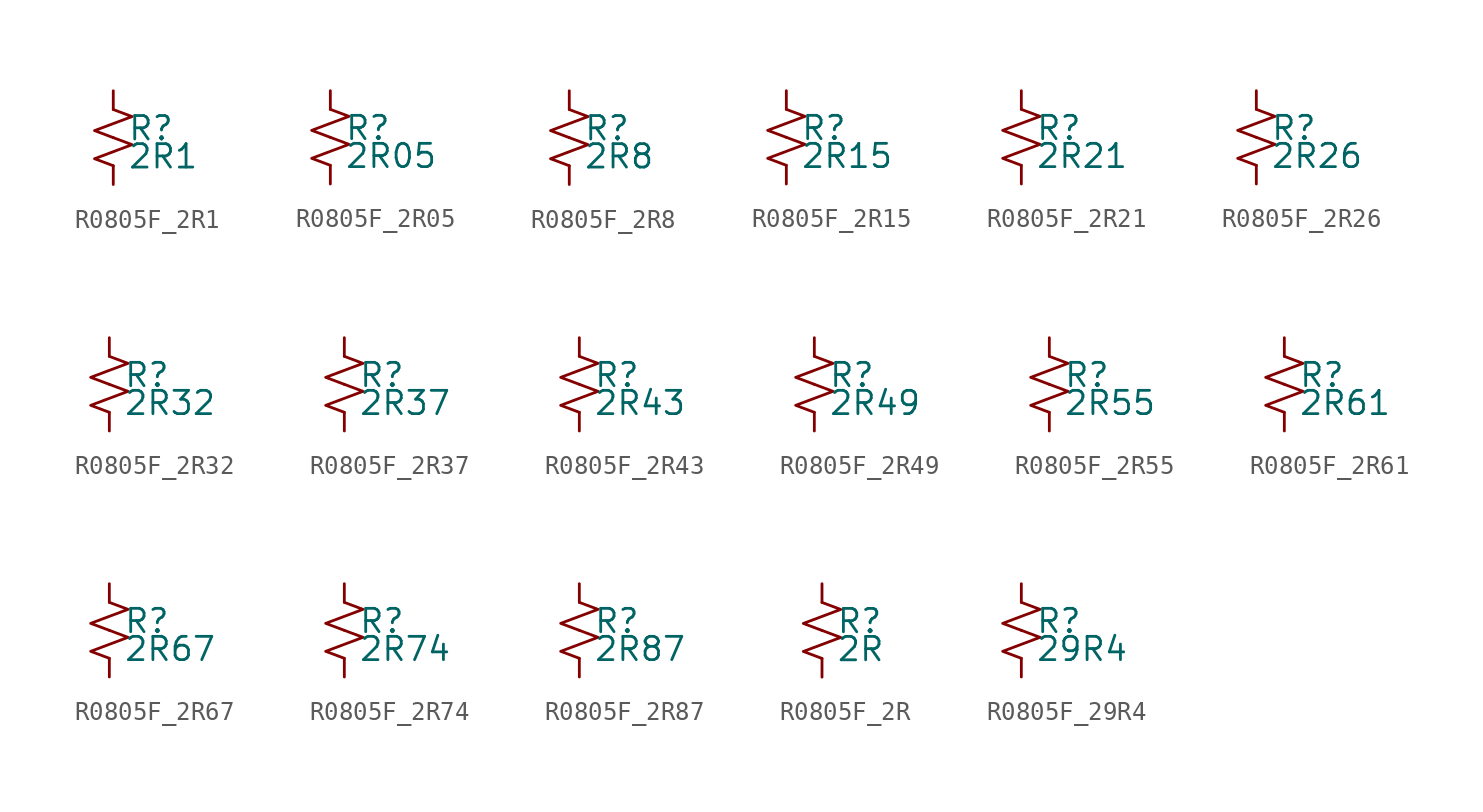
<source format=kicad_sym>
(kicad_symbol_lib
  (version 20220914)
  (generator kicad_symbol_editor)
  (symbol "R0805F_2R1"
    (pin_numbers hide)
    (pin_names
      (offset 0.254) hide)
    (property "Reference" "R"
      (at 0.762 0.508 0)
      (effects (font (size 1.27 1.27)) (justify left)))
    (property "Value" "2R1"
      (at 0.762 -1.016 0)
      (effects (font (size 1.27 1.27)) (justify left)))
    (symbol "R0805F_2R1_1_1"
      (polyline (pts (xy 0 0) (xy 1.016 -0.381) (xy 0 -0.762) (xy -1.016 -1.143) (xy 0 -1.524)) (stroke (width 0) (type default)) (fill (type none)))
      (polyline (pts (xy 0 1.524) (xy 1.016 1.143) (xy 0 0.762) (xy -1.016 0.381) (xy 0 0)) (stroke (width 0) (type default)) (fill (type none)))
      (pin passive line (at 0 2.54 270) (length 1.016) (name "~" (effects (font (size 1.27 1.27)))) (number "1" (effects (font (size 1.27 1.27)))))
      (pin passive line (at 0 -2.54 90) (length 1.016) (name "~" (effects (font (size 1.27 1.27)))) (number "2" (effects (font (size 1.27 1.27)))))))
  (symbol "R0805F_2R05"
    (pin_numbers hide)
    (pin_names
      (offset 0.254) hide)
    (property "Reference" "R"
      (at 0.762 0.508 0)
      (effects (font (size 1.27 1.27)) (justify left)))
    (property "Value" "2R05"
      (at 0.762 -1.016 0)
      (effects (font (size 1.27 1.27)) (justify left)))
    (symbol "R0805F_2R05_1_1"
      (polyline (pts (xy 0 0) (xy 1.016 -0.381) (xy 0 -0.762) (xy -1.016 -1.143) (xy 0 -1.524)) (stroke (width 0) (type default)) (fill (type none)))
      (polyline (pts (xy 0 1.524) (xy 1.016 1.143) (xy 0 0.762) (xy -1.016 0.381) (xy 0 0)) (stroke (width 0) (type default)) (fill (type none)))
      (pin passive line (at 0 2.54 270) (length 1.016) (name "~" (effects (font (size 1.27 1.27)))) (number "1" (effects (font (size 1.27 1.27)))))
      (pin passive line (at 0 -2.54 90) (length 1.016) (name "~" (effects (font (size 1.27 1.27)))) (number "2" (effects (font (size 1.27 1.27)))))))
  (symbol "R0805F_2R8"
    (pin_numbers hide)
    (pin_names
      (offset 0.254) hide)
    (property "Reference" "R"
      (at 0.762 0.508 0)
      (effects (font (size 1.27 1.27)) (justify left)))
    (property "Value" "2R8"
      (at 0.762 -1.016 0)
      (effects (font (size 1.27 1.27)) (justify left)))
    (symbol "R0805F_2R8_1_1"
      (polyline (pts (xy 0 0) (xy 1.016 -0.381) (xy 0 -0.762) (xy -1.016 -1.143) (xy 0 -1.524)) (stroke (width 0) (type default)) (fill (type none)))
      (polyline (pts (xy 0 1.524) (xy 1.016 1.143) (xy 0 0.762) (xy -1.016 0.381) (xy 0 0)) (stroke (width 0) (type default)) (fill (type none)))
      (pin passive line (at 0 2.54 270) (length 1.016) (name "~" (effects (font (size 1.27 1.27)))) (number "1" (effects (font (size 1.27 1.27)))))
      (pin passive line (at 0 -2.54 90) (length 1.016) (name "~" (effects (font (size 1.27 1.27)))) (number "2" (effects (font (size 1.27 1.27)))))))
  (symbol "R0805F_2R15"
    (pin_numbers hide)
    (pin_names
      (offset 0.254) hide)
    (property "Reference" "R"
      (at 0.762 0.508 0)
      (effects (font (size 1.27 1.27)) (justify left)))
    (property "Value" "2R15"
      (at 0.762 -1.016 0)
      (effects (font (size 1.27 1.27)) (justify left)))
    (symbol "R0805F_2R15_1_1"
      (polyline (pts (xy 0 0) (xy 1.016 -0.381) (xy 0 -0.762) (xy -1.016 -1.143) (xy 0 -1.524)) (stroke (width 0) (type default)) (fill (type none)))
      (polyline (pts (xy 0 1.524) (xy 1.016 1.143) (xy 0 0.762) (xy -1.016 0.381) (xy 0 0)) (stroke (width 0) (type default)) (fill (type none)))
      (pin passive line (at 0 2.54 270) (length 1.016) (name "~" (effects (font (size 1.27 1.27)))) (number "1" (effects (font (size 1.27 1.27)))))
      (pin passive line (at 0 -2.54 90) (length 1.016) (name "~" (effects (font (size 1.27 1.27)))) (number "2" (effects (font (size 1.27 1.27)))))))
  (symbol "R0805F_2R21"
    (pin_numbers hide)
    (pin_names
      (offset 0.254) hide)
    (property "Reference" "R"
      (at 0.762 0.508 0)
      (effects (font (size 1.27 1.27)) (justify left)))
    (property "Value" "2R21"
      (at 0.762 -1.016 0)
      (effects (font (size 1.27 1.27)) (justify left)))
    (symbol "R0805F_2R21_1_1"
      (polyline (pts (xy 0 0) (xy 1.016 -0.381) (xy 0 -0.762) (xy -1.016 -1.143) (xy 0 -1.524)) (stroke (width 0) (type default)) (fill (type none)))
      (polyline (pts (xy 0 1.524) (xy 1.016 1.143) (xy 0 0.762) (xy -1.016 0.381) (xy 0 0)) (stroke (width 0) (type default)) (fill (type none)))
      (pin passive line (at 0 2.54 270) (length 1.016) (name "~" (effects (font (size 1.27 1.27)))) (number "1" (effects (font (size 1.27 1.27)))))
      (pin passive line (at 0 -2.54 90) (length 1.016) (name "~" (effects (font (size 1.27 1.27)))) (number "2" (effects (font (size 1.27 1.27)))))))
  (symbol "R0805F_2R26"
    (pin_numbers hide)
    (pin_names
      (offset 0.254) hide)
    (property "Reference" "R"
      (at 0.762 0.508 0)
      (effects (font (size 1.27 1.27)) (justify left)))
    (property "Value" "2R26"
      (at 0.762 -1.016 0)
      (effects (font (size 1.27 1.27)) (justify left)))
    (symbol "R0805F_2R26_1_1"
      (polyline (pts (xy 0 0) (xy 1.016 -0.381) (xy 0 -0.762) (xy -1.016 -1.143) (xy 0 -1.524)) (stroke (width 0) (type default)) (fill (type none)))
      (polyline (pts (xy 0 1.524) (xy 1.016 1.143) (xy 0 0.762) (xy -1.016 0.381) (xy 0 0)) (stroke (width 0) (type default)) (fill (type none)))
      (pin passive line (at 0 2.54 270) (length 1.016) (name "~" (effects (font (size 1.27 1.27)))) (number "1" (effects (font (size 1.27 1.27)))))
      (pin passive line (at 0 -2.54 90) (length 1.016) (name "~" (effects (font (size 1.27 1.27)))) (number "2" (effects (font (size 1.27 1.27)))))))
  (symbol "R0805F_2R32"
    (pin_numbers hide)
    (pin_names
      (offset 0.254) hide)
    (property "Reference" "R"
      (at 0.762 0.508 0)
      (effects (font (size 1.27 1.27)) (justify left)))
    (property "Value" "2R32"
      (at 0.762 -1.016 0)
      (effects (font (size 1.27 1.27)) (justify left)))
    (symbol "R0805F_2R32_1_1"
      (polyline (pts (xy 0 0) (xy 1.016 -0.381) (xy 0 -0.762) (xy -1.016 -1.143) (xy 0 -1.524)) (stroke (width 0) (type default)) (fill (type none)))
      (polyline (pts (xy 0 1.524) (xy 1.016 1.143) (xy 0 0.762) (xy -1.016 0.381) (xy 0 0)) (stroke (width 0) (type default)) (fill (type none)))
      (pin passive line (at 0 2.54 270) (length 1.016) (name "~" (effects (font (size 1.27 1.27)))) (number "1" (effects (font (size 1.27 1.27)))))
      (pin passive line (at 0 -2.54 90) (length 1.016) (name "~" (effects (font (size 1.27 1.27)))) (number "2" (effects (font (size 1.27 1.27)))))))
  (symbol "R0805F_2R37"
    (pin_numbers hide)
    (pin_names
      (offset 0.254) hide)
    (property "Reference" "R"
      (at 0.762 0.508 0)
      (effects (font (size 1.27 1.27)) (justify left)))
    (property "Value" "2R37"
      (at 0.762 -1.016 0)
      (effects (font (size 1.27 1.27)) (justify left)))
    (symbol "R0805F_2R37_1_1"
      (polyline (pts (xy 0 0) (xy 1.016 -0.381) (xy 0 -0.762) (xy -1.016 -1.143) (xy 0 -1.524)) (stroke (width 0) (type default)) (fill (type none)))
      (polyline (pts (xy 0 1.524) (xy 1.016 1.143) (xy 0 0.762) (xy -1.016 0.381) (xy 0 0)) (stroke (width 0) (type default)) (fill (type none)))
      (pin passive line (at 0 2.54 270) (length 1.016) (name "~" (effects (font (size 1.27 1.27)))) (number "1" (effects (font (size 1.27 1.27)))))
      (pin passive line (at 0 -2.54 90) (length 1.016) (name "~" (effects (font (size 1.27 1.27)))) (number "2" (effects (font (size 1.27 1.27)))))))
  (symbol "R0805F_2R43"
    (pin_numbers hide)
    (pin_names
      (offset 0.254) hide)
    (property "Reference" "R"
      (at 0.762 0.508 0)
      (effects (font (size 1.27 1.27)) (justify left)))
    (property "Value" "2R43"
      (at 0.762 -1.016 0)
      (effects (font (size 1.27 1.27)) (justify left)))
    (symbol "R0805F_2R43_1_1"
      (polyline (pts (xy 0 0) (xy 1.016 -0.381) (xy 0 -0.762) (xy -1.016 -1.143) (xy 0 -1.524)) (stroke (width 0) (type default)) (fill (type none)))
      (polyline (pts (xy 0 1.524) (xy 1.016 1.143) (xy 0 0.762) (xy -1.016 0.381) (xy 0 0)) (stroke (width 0) (type default)) (fill (type none)))
      (pin passive line (at 0 2.54 270) (length 1.016) (name "~" (effects (font (size 1.27 1.27)))) (number "1" (effects (font (size 1.27 1.27)))))
      (pin passive line (at 0 -2.54 90) (length 1.016) (name "~" (effects (font (size 1.27 1.27)))) (number "2" (effects (font (size 1.27 1.27)))))))
  (symbol "R0805F_2R49"
    (pin_numbers hide)
    (pin_names
      (offset 0.254) hide)
    (property "Reference" "R"
      (at 0.762 0.508 0)
      (effects (font (size 1.27 1.27)) (justify left)))
    (property "Value" "2R49"
      (at 0.762 -1.016 0)
      (effects (font (size 1.27 1.27)) (justify left)))
    (symbol "R0805F_2R49_1_1"
      (polyline (pts (xy 0 0) (xy 1.016 -0.381) (xy 0 -0.762) (xy -1.016 -1.143) (xy 0 -1.524)) (stroke (width 0) (type default)) (fill (type none)))
      (polyline (pts (xy 0 1.524) (xy 1.016 1.143) (xy 0 0.762) (xy -1.016 0.381) (xy 0 0)) (stroke (width 0) (type default)) (fill (type none)))
      (pin passive line (at 0 2.54 270) (length 1.016) (name "~" (effects (font (size 1.27 1.27)))) (number "1" (effects (font (size 1.27 1.27)))))
      (pin passive line (at 0 -2.54 90) (length 1.016) (name "~" (effects (font (size 1.27 1.27)))) (number "2" (effects (font (size 1.27 1.27)))))))
  (symbol "R0805F_2R55"
    (pin_numbers hide)
    (pin_names
      (offset 0.254) hide)
    (property "Reference" "R"
      (at 0.762 0.508 0)
      (effects (font (size 1.27 1.27)) (justify left)))
    (property "Value" "2R55"
      (at 0.762 -1.016 0)
      (effects (font (size 1.27 1.27)) (justify left)))
    (symbol "R0805F_2R55_1_1"
      (polyline (pts (xy 0 0) (xy 1.016 -0.381) (xy 0 -0.762) (xy -1.016 -1.143) (xy 0 -1.524)) (stroke (width 0) (type default)) (fill (type none)))
      (polyline (pts (xy 0 1.524) (xy 1.016 1.143) (xy 0 0.762) (xy -1.016 0.381) (xy 0 0)) (stroke (width 0) (type default)) (fill (type none)))
      (pin passive line (at 0 2.54 270) (length 1.016) (name "~" (effects (font (size 1.27 1.27)))) (number "1" (effects (font (size 1.27 1.27)))))
      (pin passive line (at 0 -2.54 90) (length 1.016) (name "~" (effects (font (size 1.27 1.27)))) (number "2" (effects (font (size 1.27 1.27)))))))
  (symbol "R0805F_2R61"
    (pin_numbers hide)
    (pin_names
      (offset 0.254) hide)
    (property "Reference" "R"
      (at 0.762 0.508 0)
      (effects (font (size 1.27 1.27)) (justify left)))
    (property "Value" "2R61"
      (at 0.762 -1.016 0)
      (effects (font (size 1.27 1.27)) (justify left)))
    (symbol "R0805F_2R61_1_1"
      (polyline (pts (xy 0 0) (xy 1.016 -0.381) (xy 0 -0.762) (xy -1.016 -1.143) (xy 0 -1.524)) (stroke (width 0) (type default)) (fill (type none)))
      (polyline (pts (xy 0 1.524) (xy 1.016 1.143) (xy 0 0.762) (xy -1.016 0.381) (xy 0 0)) (stroke (width 0) (type default)) (fill (type none)))
      (pin passive line (at 0 2.54 270) (length 1.016) (name "~" (effects (font (size 1.27 1.27)))) (number "1" (effects (font (size 1.27 1.27)))))
      (pin passive line (at 0 -2.54 90) (length 1.016) (name "~" (effects (font (size 1.27 1.27)))) (number "2" (effects (font (size 1.27 1.27)))))))
  (symbol "R0805F_2R67"
    (pin_numbers hide)
    (pin_names
      (offset 0.254) hide)
    (property "Reference" "R"
      (at 0.762 0.508 0)
      (effects (font (size 1.27 1.27)) (justify left)))
    (property "Value" "2R67"
      (at 0.762 -1.016 0)
      (effects (font (size 1.27 1.27)) (justify left)))
    (symbol "R0805F_2R67_1_1"
      (polyline (pts (xy 0 0) (xy 1.016 -0.381) (xy 0 -0.762) (xy -1.016 -1.143) (xy 0 -1.524)) (stroke (width 0) (type default)) (fill (type none)))
      (polyline (pts (xy 0 1.524) (xy 1.016 1.143) (xy 0 0.762) (xy -1.016 0.381) (xy 0 0)) (stroke (width 0) (type default)) (fill (type none)))
      (pin passive line (at 0 2.54 270) (length 1.016) (name "~" (effects (font (size 1.27 1.27)))) (number "1" (effects (font (size 1.27 1.27)))))
      (pin passive line (at 0 -2.54 90) (length 1.016) (name "~" (effects (font (size 1.27 1.27)))) (number "2" (effects (font (size 1.27 1.27)))))))
  (symbol "R0805F_2R74"
    (pin_numbers hide)
    (pin_names
      (offset 0.254) hide)
    (property "Reference" "R"
      (at 0.762 0.508 0)
      (effects (font (size 1.27 1.27)) (justify left)))
    (property "Value" "2R74"
      (at 0.762 -1.016 0)
      (effects (font (size 1.27 1.27)) (justify left)))
    (symbol "R0805F_2R74_1_1"
      (polyline (pts (xy 0 0) (xy 1.016 -0.381) (xy 0 -0.762) (xy -1.016 -1.143) (xy 0 -1.524)) (stroke (width 0) (type default)) (fill (type none)))
      (polyline (pts (xy 0 1.524) (xy 1.016 1.143) (xy 0 0.762) (xy -1.016 0.381) (xy 0 0)) (stroke (width 0) (type default)) (fill (type none)))
      (pin passive line (at 0 2.54 270) (length 1.016) (name "~" (effects (font (size 1.27 1.27)))) (number "1" (effects (font (size 1.27 1.27)))))
      (pin passive line (at 0 -2.54 90) (length 1.016) (name "~" (effects (font (size 1.27 1.27)))) (number "2" (effects (font (size 1.27 1.27)))))))
  (symbol "R0805F_2R87"
    (pin_numbers hide)
    (pin_names
      (offset 0.254) hide)
    (property "Reference" "R"
      (at 0.762 0.508 0)
      (effects (font (size 1.27 1.27)) (justify left)))
    (property "Value" "2R87"
      (at 0.762 -1.016 0)
      (effects (font (size 1.27 1.27)) (justify left)))
    (symbol "R0805F_2R87_1_1"
      (polyline (pts (xy 0 0) (xy 1.016 -0.381) (xy 0 -0.762) (xy -1.016 -1.143) (xy 0 -1.524)) (stroke (width 0) (type default)) (fill (type none)))
      (polyline (pts (xy 0 1.524) (xy 1.016 1.143) (xy 0 0.762) (xy -1.016 0.381) (xy 0 0)) (stroke (width 0) (type default)) (fill (type none)))
      (pin passive line (at 0 2.54 270) (length 1.016) (name "~" (effects (font (size 1.27 1.27)))) (number "1" (effects (font (size 1.27 1.27)))))
      (pin passive line (at 0 -2.54 90) (length 1.016) (name "~" (effects (font (size 1.27 1.27)))) (number "2" (effects (font (size 1.27 1.27)))))))
  (symbol "R0805F_2R"
    (pin_numbers hide)
    (pin_names
      (offset 0.254) hide)
    (property "Reference" "R"
      (at 0.762 0.508 0)
      (effects (font (size 1.27 1.27)) (justify left)))
    (property "Value" "2R"
      (at 0.762 -1.016 0)
      (effects (font (size 1.27 1.27)) (justify left)))
    (symbol "R0805F_2R_1_1"
      (polyline (pts (xy 0 0) (xy 1.016 -0.381) (xy 0 -0.762) (xy -1.016 -1.143) (xy 0 -1.524)) (stroke (width 0) (type default)) (fill (type none)))
      (polyline (pts (xy 0 1.524) (xy 1.016 1.143) (xy 0 0.762) (xy -1.016 0.381) (xy 0 0)) (stroke (width 0) (type default)) (fill (type none)))
      (pin passive line (at 0 2.54 270) (length 1.016) (name "~" (effects (font (size 1.27 1.27)))) (number "1" (effects (font (size 1.27 1.27)))))
      (pin passive line (at 0 -2.54 90) (length 1.016) (name "~" (effects (font (size 1.27 1.27)))) (number "2" (effects (font (size 1.27 1.27)))))))
  (symbol "R0805F_29R4"
    (pin_numbers hide)
    (pin_names
      (offset 0.254) hide)
    (property "Reference" "R"
      (at 0.762 0.508 0)
      (effects (font (size 1.27 1.27)) (justify left)))
    (property "Value" "29R4"
      (at 0.762 -1.016 0)
      (effects (font (size 1.27 1.27)) (justify left)))
    (symbol "R0805F_29R4_1_1"
      (polyline (pts (xy 0 0) (xy 1.016 -0.381) (xy 0 -0.762) (xy -1.016 -1.143) (xy 0 -1.524)) (stroke (width 0) (type default)) (fill (type none)))
      (polyline (pts (xy 0 1.524) (xy 1.016 1.143) (xy 0 0.762) (xy -1.016 0.381) (xy 0 0)) (stroke (width 0) (type default)) (fill (type none)))
      (pin passive line (at 0 2.54 270) (length 1.016) (name "~" (effects (font (size 1.27 1.27)))) (number "1" (effects (font (size 1.27 1.27)))))
      (pin passive line (at 0 -2.54 90) (length 1.016) (name "~" (effects (font (size 1.27 1.27)))) (number "2" (effects (font (size 1.27 1.27))))))))
</source>
